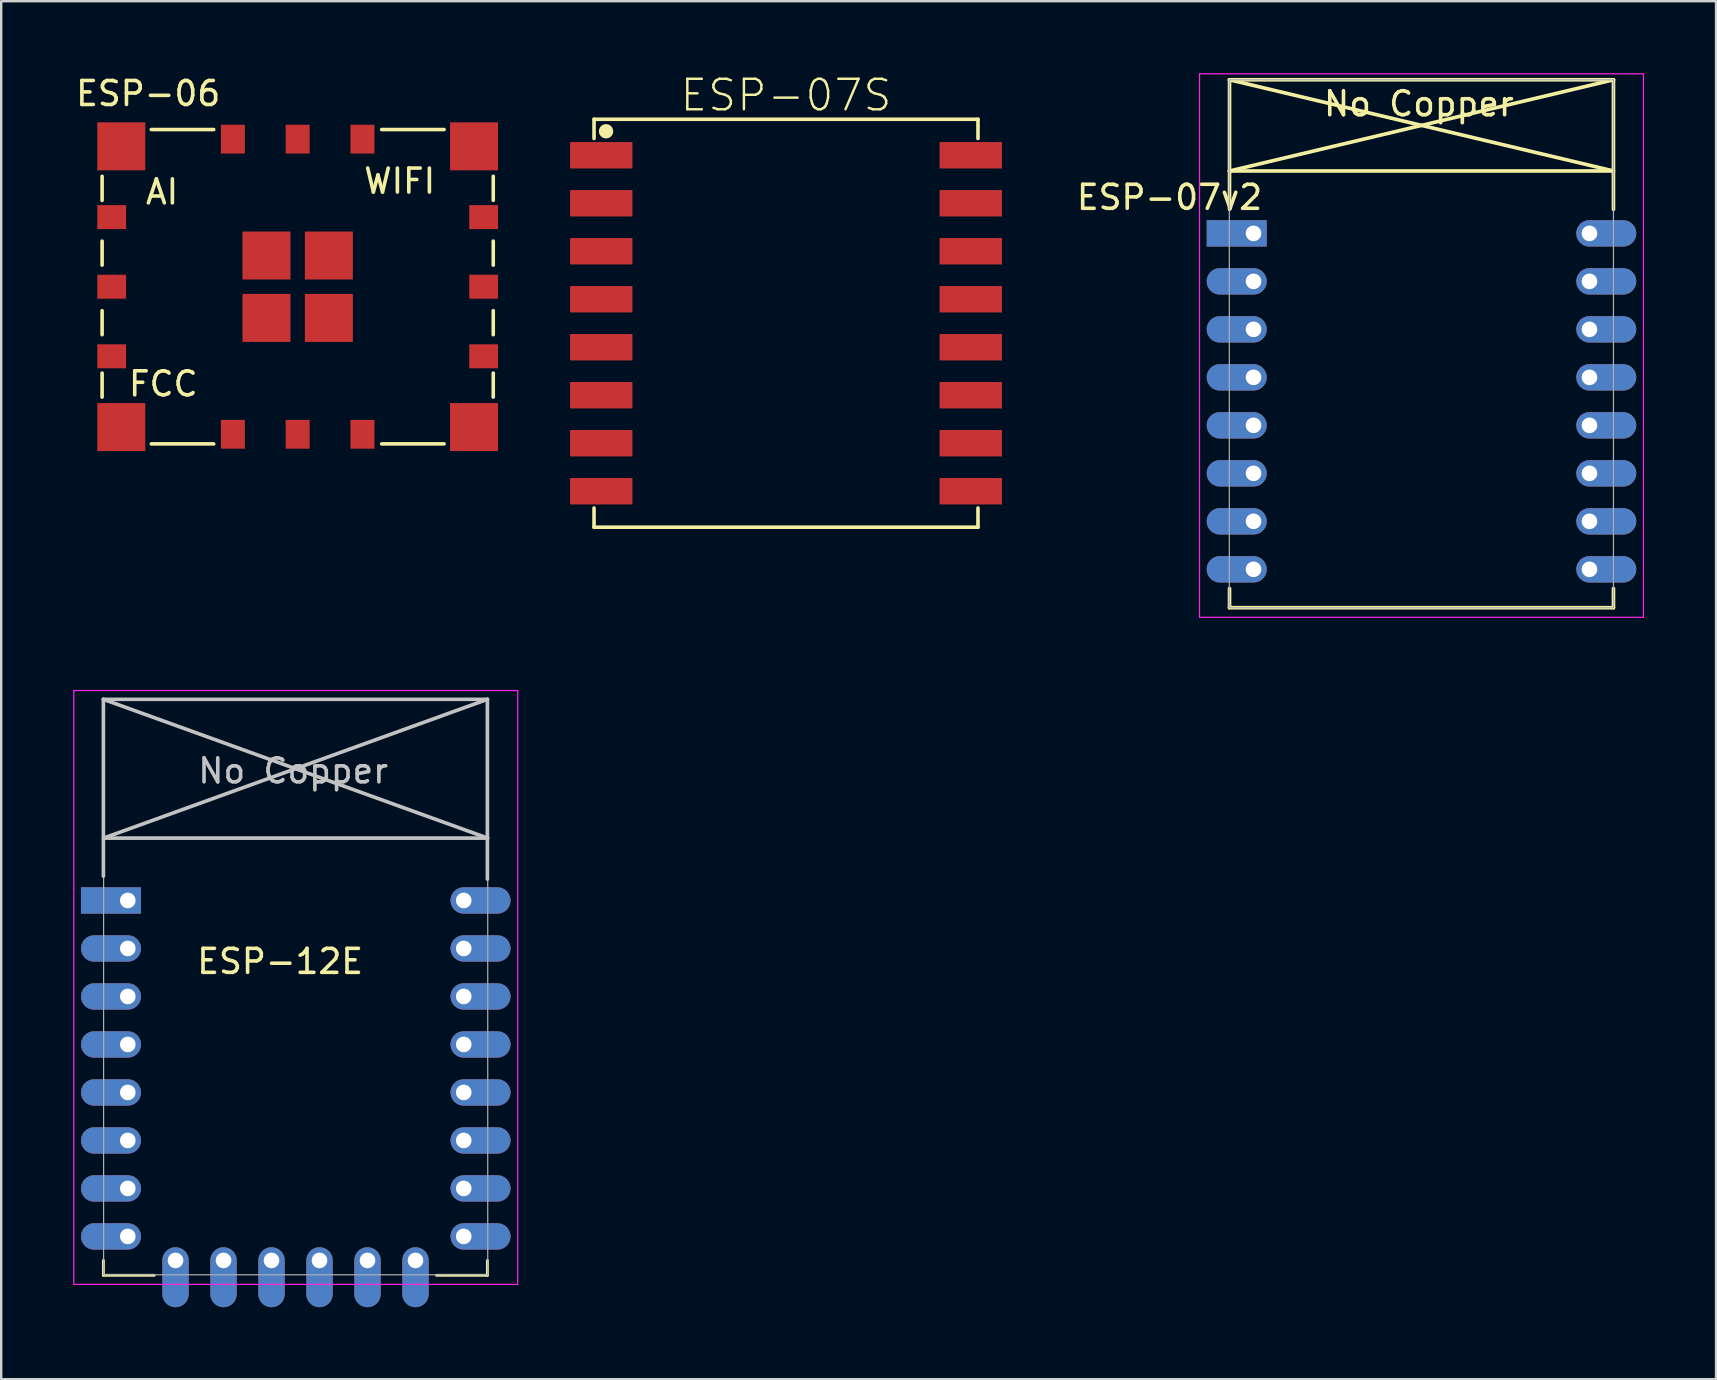
<source format=kicad_pcb>
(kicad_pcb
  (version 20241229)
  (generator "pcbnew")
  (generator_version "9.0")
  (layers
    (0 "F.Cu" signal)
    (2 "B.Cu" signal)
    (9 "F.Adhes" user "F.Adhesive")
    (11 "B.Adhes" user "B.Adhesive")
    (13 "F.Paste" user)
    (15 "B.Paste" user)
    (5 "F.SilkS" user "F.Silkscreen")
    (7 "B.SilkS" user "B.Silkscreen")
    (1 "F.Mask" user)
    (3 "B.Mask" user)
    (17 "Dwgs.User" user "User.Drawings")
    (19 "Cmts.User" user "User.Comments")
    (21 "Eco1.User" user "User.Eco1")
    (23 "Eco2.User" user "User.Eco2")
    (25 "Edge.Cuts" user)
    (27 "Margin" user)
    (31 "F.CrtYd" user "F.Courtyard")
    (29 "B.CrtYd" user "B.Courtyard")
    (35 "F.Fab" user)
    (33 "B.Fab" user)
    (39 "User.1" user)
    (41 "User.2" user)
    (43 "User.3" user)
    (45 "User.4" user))
  (footprint "ESP-07v2"
    (layer "F.Cu")
    (at 49.187 6.675)
    (property "Reference" "ESP-07v2" (at -3.5 -1.5 0) (layer "F.SilkS") (effects (font (size 1 1) (thickness 0.15))))
    (attr through_hole)
    (fp_line (start -1.008 -2.6) (end 14.992 -2.6) (stroke (width 0.152) (type solid)) (layer "F.SilkS"))
    (fp_line (start -1 -6.4) (end -1 -1) (stroke (width 0.152) (type solid)) (layer "F.SilkS"))
    (fp_line (start -1 -6.4) (end 15 -6.4) (stroke (width 0.152) (type solid)) (layer "F.SilkS"))
    (fp_line (start -1 -6.4) (end 15 -2.6) (stroke (width 0.152) (type solid)) (layer "F.SilkS"))
    (fp_line (start -1 14.8) (end -1 15.6) (stroke (width 0.152) (type solid)) (layer "F.SilkS"))
    (fp_line (start -1 15.6) (end 15 15.6) (stroke (width 0.152) (type solid)) (layer "F.SilkS"))
    (fp_line (start 15 -6.4) (end -1 -2.6) (stroke (width 0.152) (type solid)) (layer "F.SilkS"))
    (fp_line (start 15 -6.4) (end 15 -1) (stroke (width 0.152) (type solid)) (layer "F.SilkS"))
    (fp_line (start 15 15.6) (end 15 14.8) (stroke (width 0.152) (type solid)) (layer "F.SilkS"))
    (fp_line (start -2.25 -6.65) (end 16.25 -6.65) (stroke (width 0.05) (type solid)) (layer "F.CrtYd"))
    (fp_line (start -2.25 -0.5) (end -2.25 -6.65) (stroke (width 0.05) (type solid)) (layer "F.CrtYd"))
    (fp_line (start -2.25 16) (end -2.25 -0.5) (stroke (width 0.05) (type solid)) (layer "F.CrtYd"))
    (fp_line (start 16.25 -6.65) (end 16.25 16) (stroke (width 0.05) (type solid)) (layer "F.CrtYd"))
    (fp_line (start 16.25 16) (end -2.25 16) (stroke (width 0.05) (type solid)) (layer "F.CrtYd"))
    (fp_line (start -1.008 15.6) (end -1.008 -6.4) (stroke (width 0.05) (type solid)) (layer "F.Fab"))
    (fp_line (start -1 -6.4) (end 15 -6.4) (stroke (width 0.05) (type solid)) (layer "F.Fab"))
    (fp_line (start 15 -6.4) (end 15 15.6) (stroke (width 0.05) (type solid)) (layer "F.Fab"))
    (fp_line (start 15 15.6) (end -1 15.6) (stroke (width 0.05) (type solid)) (layer "F.Fab"))
    (fp_text user "No Copper" (at 6.892 -5.4 0) (layer "F.SilkS") (effects (font (size 1 1) (thickness 0.15))))
    (pad "1" thru_hole rect (at 0 0) (size 2.5 1.1) (drill 0.65 (offset -0.7 0)) (layers "*.Cu" "*.Mask" "F.Paste"))
    (pad "2" thru_hole oval (at 0 2) (size 2.5 1.1) (drill 0.65 (offset -0.7 0)) (layers "*.Cu" "*.Mask" "F.Paste"))
    (pad "3" thru_hole oval (at 0 4) (size 2.5 1.1) (drill 0.65 (offset -0.7 0)) (layers "*.Cu" "*.Mask" "F.Paste"))
    (pad "4" thru_hole oval (at 0 6) (size 2.5 1.1) (drill 0.65 (offset -0.7 0)) (layers "*.Cu" "*.Mask" "F.Paste"))
    (pad "5" thru_hole oval (at 0 8) (size 2.5 1.1) (drill 0.65 (offset -0.7 0)) (layers "*.Cu" "*.Mask" "F.Paste"))
    (pad "6" thru_hole oval (at 0 10) (size 2.5 1.1) (drill 0.65 (offset -0.7 0)) (layers "*.Cu" "*.Mask" "F.Paste"))
    (pad "7" thru_hole oval (at 0 12) (size 2.5 1.1) (drill 0.65 (offset -0.7 0)) (layers "*.Cu" "*.Mask" "F.Paste"))
    (pad "8" thru_hole oval (at 0 14) (size 2.5 1.1) (drill 0.65 (offset -0.7 0)) (layers "*.Cu" "*.Mask" "F.Paste"))
    (pad "9" thru_hole oval (at 14 14) (size 2.5 1.1) (drill 0.65 (offset 0.7 0)) (layers "*.Cu" "*.Mask" "F.Paste"))
    (pad "10" thru_hole oval (at 14 12) (size 2.5 1.1) (drill 0.65 (offset 0.7 0)) (layers "*.Cu" "*.Mask" "F.Paste"))
    (pad "11" thru_hole oval (at 14 10) (size 2.5 1.1) (drill 0.65 (offset 0.7 0)) (layers "*.Cu" "*.Mask" "F.Paste"))
    (pad "12" thru_hole oval (at 14 8) (size 2.5 1.1) (drill 0.65 (offset 0.7 0)) (layers "*.Cu" "*.Mask" "F.Paste"))
    (pad "13" thru_hole oval (at 14 6) (size 2.5 1.1) (drill 0.65 (offset 0.7 0)) (layers "*.Cu" "*.Mask" "F.Paste"))
    (pad "14" thru_hole oval (at 14 4) (size 2.5 1.1) (drill 0.65 (offset 0.7 0)) (layers "*.Cu" "*.Mask" "F.Paste"))
    (pad "15" thru_hole oval (at 14 2) (size 2.5 1.1) (drill 0.65 (offset 0.7 0)) (layers "*.Cu" "*.Mask" "F.Paste"))
    (pad "16" thru_hole oval (at 14 0) (size 2.5 1.1) (drill 0.65 (offset 0.7 0)) (layers "*.Cu" "*.Mask" "F.Paste")))
  (footprint "ESP-12E"
    (layer "F.Cu")
    (at 2.275 34.475)
    (property "Reference" "ESP-12E" (at 6.35 2.54 0) (layer "F.SilkS") (effects (font (size 1 1) (thickness 0.15))))
    (attr through_hole)
    (fp_line (start -1.016 15.001) (end -1.016 15.621) (stroke (width 0.12) (type solid)) (layer "F.SilkS"))
    (fp_line (start -1.016 15.621) (end 1.104 15.621) (stroke (width 0.12) (type solid)) (layer "F.SilkS"))
    (fp_line (start 14.986 15.001) (end 14.986 15.621) (stroke (width 0.12) (type solid)) (layer "F.SilkS"))
    (fp_line (start 14.986 15.621) (end 12.866 15.621) (stroke (width 0.12) (type solid)) (layer "F.SilkS"))
    (fp_line (start -1.016 -8.382) (end -1.016 -1.016) (stroke (width 0.152) (type solid)) (layer "Dwgs.User"))
    (fp_line (start -1.016 -8.382) (end 14.986 -8.382) (stroke (width 0.152) (type solid)) (layer "Dwgs.User"))
    (fp_line (start -1.016 -8.382) (end 14.992 -2.6) (stroke (width 0.152) (type solid)) (layer "Dwgs.User"))
    (fp_line (start -1.008 -2.6) (end 14.992 -2.6) (stroke (width 0.152) (type solid)) (layer "Dwgs.User"))
    (fp_line (start 14.986 -8.382) (end -1.008 -2.6) (stroke (width 0.152) (type solid)) (layer "Dwgs.User"))
    (fp_line (start 14.986 -8.382) (end 14.986 -0.889) (stroke (width 0.152) (type solid)) (layer "Dwgs.User"))
    (fp_line (start -2.25 -8.75) (end 15.25 -8.75) (stroke (width 0.05) (type solid)) (layer "F.CrtYd"))
    (fp_line (start -2.25 -0.5) (end -2.25 -8.75) (stroke (width 0.05) (type solid)) (layer "F.CrtYd"))
    (fp_line (start -2.25 16) (end -2.25 -0.5) (stroke (width 0.05) (type solid)) (layer "F.CrtYd"))
    (fp_line (start 15.25 -8.75) (end 16.25 -8.75) (stroke (width 0.05) (type solid)) (layer "F.CrtYd"))
    (fp_line (start 16.25 -8.75) (end 16.25 16) (stroke (width 0.05) (type solid)) (layer "F.CrtYd"))
    (fp_line (start 16.25 16) (end -2.25 16) (stroke (width 0.05) (type solid)) (layer "F.CrtYd"))
    (fp_line (start -1.008 -8.4) (end 14.992 -8.4) (stroke (width 0.05) (type solid)) (layer "F.Fab"))
    (fp_line (start -1.008 15.6) (end -1.008 -8.4) (stroke (width 0.05) (type solid)) (layer "F.Fab"))
    (fp_line (start 14.992 15.6) (end -1.008 15.6) (stroke (width 0.05) (type solid)) (layer "F.Fab"))
    (fp_line (start 15 -8.4) (end 15 15.6) (stroke (width 0.05) (type solid)) (layer "F.Fab"))
    (fp_text user "No Copper" (at 6.892 -5.4 0) (layer "Dwgs.User") (effects (font (size 1 1) (thickness 0.15))))
    (pad "1" thru_hole rect (at 0 0) (size 2.5 1.1) (drill 0.65 (offset -0.7 0)) (layers "*.Cu" "*.Mask" "F.Paste"))
    (pad "2" thru_hole oval (at 0 2) (size 2.5 1.1) (drill 0.65 (offset -0.7 0)) (layers "*.Cu" "*.Mask" "F.Paste"))
    (pad "3" thru_hole oval (at 0 4) (size 2.5 1.1) (drill 0.65 (offset -0.7 0)) (layers "*.Cu" "*.Mask" "F.Paste"))
    (pad "4" thru_hole oval (at 0 6) (size 2.5 1.1) (drill 0.65 (offset -0.7 0)) (layers "*.Cu" "*.Mask" "F.Paste"))
    (pad "5" thru_hole oval (at 0 8) (size 2.5 1.1) (drill 0.65 (offset -0.7 0)) (layers "*.Cu" "*.Mask" "F.Paste"))
    (pad "6" thru_hole oval (at 0 10) (size 2.5 1.1) (drill 0.65 (offset -0.7 0)) (layers "*.Cu" "*.Mask" "F.Paste"))
    (pad "7" thru_hole oval (at 0 12) (size 2.5 1.1) (drill 0.65 (offset -0.7 0)) (layers "*.Cu" "*.Mask" "F.Paste"))
    (pad "8" thru_hole oval (at 0 14) (size 2.5 1.1) (drill 0.65 (offset -0.7 0)) (layers "*.Cu" "*.Mask" "F.Paste"))
    (pad "9" thru_hole oval (at 14 14) (size 2.5 1.1) (drill 0.65 (offset 0.7 0)) (layers "*.Cu" "*.Mask" "F.Paste"))
    (pad "10" thru_hole oval (at 14 12) (size 2.5 1.1) (drill 0.65 (offset 0.7 0)) (layers "*.Cu" "*.Mask" "F.Paste"))
    (pad "11" thru_hole oval (at 14 10) (size 2.5 1.1) (drill 0.65 (offset 0.7 0)) (layers "*.Cu" "*.Mask" "F.Paste"))
    (pad "12" thru_hole oval (at 14 8) (size 2.5 1.1) (drill 0.65 (offset 0.7 0)) (layers "*.Cu" "*.Mask" "F.Paste"))
    (pad "13" thru_hole oval (at 14 6) (size 2.5 1.1) (drill 0.65 (offset 0.7 0)) (layers "*.Cu" "*.Mask" "F.Paste"))
    (pad "14" thru_hole oval (at 14 4) (size 2.5 1.1) (drill 0.65 (offset 0.7 0)) (layers "*.Cu" "*.Mask" "F.Paste"))
    (pad "15" thru_hole oval (at 14 2) (size 2.5 1.1) (drill 0.65 (offset 0.7 0)) (layers "*.Cu" "*.Mask" "F.Paste"))
    (pad "16" thru_hole oval (at 14 0) (size 2.5 1.1) (drill 0.65 (offset 0.7 0)) (layers "*.Cu" "*.Mask" "F.Paste"))
    (pad "17" thru_hole oval (at 1.99 15 90) (size 2.5 1.1) (drill 0.65 (offset -0.7 0)) (layers "*.Cu" "*.Mask" "F.Paste"))
    (pad "18" thru_hole oval (at 3.99 15 90) (size 2.5 1.1) (drill 0.65 (offset -0.7 0)) (layers "*.Cu" "*.Mask" "F.Paste"))
    (pad "19" thru_hole oval (at 5.99 15 90) (size 2.5 1.1) (drill 0.65 (offset -0.7 0)) (layers "*.Cu" "*.Mask" "F.Paste"))
    (pad "20" thru_hole oval (at 7.99 15 90) (size 2.5 1.1) (drill 0.65 (offset -0.7 0)) (layers "*.Cu" "*.Mask" "F.Paste"))
    (pad "21" thru_hole oval (at 9.99 15 90) (size 2.5 1.1) (drill 0.65 (offset -0.7 0)) (layers "*.Cu" "*.Mask" "F.Paste"))
    (pad "22" thru_hole oval (at 11.99 15 90) (size 2.5 1.1) (drill 0.65 (offset -0.7 0)) (layers "*.Cu" "*.Mask" "F.Paste")))
  (footprint "ESP-07S"
    (layer "F.Cu")
    (at 29.705 10.421)
    (property "Reference" "ESP-07S" (at 0 -9.5 0) (layer "F.SilkS") (effects (font (size 1.27 1.27) (thickness 0.102))))
    (attr smd)
    (fp_line (start -8 -8.5) (end 8 -8.5) (stroke (width 0.15) (type solid)) (layer "F.SilkS"))
    (fp_line (start -8 -7.7) (end -8 -8.5) (stroke (width 0.15) (type solid)) (layer "F.SilkS"))
    (fp_line (start -8 8.5) (end -8 7.7) (stroke (width 0.15) (type default)) (layer "F.SilkS"))
    (fp_line (start 8 -8.5) (end 8 -7.7) (stroke (width 0.15) (type solid)) (layer "F.SilkS"))
    (fp_line (start 8 8.5) (end -8 8.5) (stroke (width 0.15) (type solid)) (layer "F.SilkS"))
    (fp_line (start 8 8.5) (end 8 7.7) (stroke (width 0.15) (type default)) (layer "F.SilkS"))
    (fp_circle (center -7.6 -8) (end -7.5 -8) (stroke (width 0.15) (type solid)) (fill no) (layer "F.SilkS"))
    (fp_circle (center -7.5 -8) (end -7.4 -8) (stroke (width 0.15) (type solid)) (fill no) (layer "F.SilkS"))
    (fp_circle (center -7.5 -8) (end -7.3 -8.1) (stroke (width 0.15) (type solid)) (fill no) (layer "F.SilkS"))
    (pad "1" smd rect (at -7.7 -7) (size 2.6 1.1) (layers "F.Cu" "F.Mask" "F.Paste"))
    (pad "2" smd rect (at -7.7 -5) (size 2.6 1.1) (layers "F.Cu" "F.Mask" "F.Paste"))
    (pad "3" smd rect (at -7.7 -3) (size 2.6 1.1) (layers "F.Cu" "F.Mask" "F.Paste"))
    (pad "4" smd rect (at -7.7 -1) (size 2.6 1.1) (layers "F.Cu" "F.Mask" "F.Paste"))
    (pad "5" smd rect (at -7.7 1) (size 2.6 1.1) (layers "F.Cu" "F.Mask" "F.Paste"))
    (pad "6" smd rect (at -7.7 3) (size 2.6 1.1) (layers "F.Cu" "F.Mask" "F.Paste"))
    (pad "7" smd rect (at -7.7 5) (size 2.6 1.1) (layers "F.Cu" "F.Mask" "F.Paste"))
    (pad "8" smd rect (at -7.7 7) (size 2.6 1.1) (layers "F.Cu" "F.Mask" "F.Paste"))
    (pad "9" smd rect (at 7.7 7) (size 2.6 1.1) (layers "F.Cu" "F.Mask" "F.Paste"))
    (pad "10" smd rect (at 7.7 5) (size 2.6 1.1) (layers "F.Cu" "F.Mask" "F.Paste"))
    (pad "11" smd rect (at 7.7 3) (size 2.6 1.1) (layers "F.Cu" "F.Mask" "F.Paste"))
    (pad "12" smd rect (at 7.7 1) (size 2.6 1.1) (layers "F.Cu" "F.Mask" "F.Paste"))
    (pad "13" smd rect (at 7.7 -1) (size 2.6 1.1) (layers "F.Cu" "F.Mask" "F.Paste"))
    (pad "14" smd rect (at 7.7 -3) (size 2.6 1.1) (layers "F.Cu" "F.Mask" "F.Paste"))
    (pad "15" smd rect (at 7.7 -5) (size 2.6 1.1) (layers "F.Cu" "F.Mask" "F.Paste"))
    (pad "16" smd rect (at 7.7 -7) (size 2.6 1.1) (layers "F.Cu" "F.Mask" "F.Paste")))
  (footprint "ESP-06"
    (layer "F.Cu")
    (at 9.355 8.898)
    (property "Reference" "ESP-06" (at -6.23 -8.05 0) (layer "F.SilkS") (effects (font (size 1 1) (thickness 0.15))))
    (attr through_hole)
    (fp_line (start -8.15 -3.6) (end -8.15 -4.6) (stroke (width 0.15) (type solid)) (layer "F.SilkS"))
    (fp_line (start -8.15 -0.9) (end -8.15 -1.9) (stroke (width 0.15) (type solid)) (layer "F.SilkS"))
    (fp_line (start -8.15 2) (end -8.15 1) (stroke (width 0.15) (type solid)) (layer "F.SilkS"))
    (fp_line (start -8.15 3.6) (end -8.15 4.6) (stroke (width 0.15) (type solid)) (layer "F.SilkS"))
    (fp_line (start -6.1 6.55) (end -3.5 6.55) (stroke (width 0.15) (type solid)) (layer "F.SilkS"))
    (fp_line (start -3.5 -6.55) (end -6.1 -6.55) (stroke (width 0.15) (type solid)) (layer "F.SilkS"))
    (fp_line (start 3.5 -6.55) (end 6.1 -6.55) (stroke (width 0.15) (type solid)) (layer "F.SilkS"))
    (fp_line (start 3.5 6.55) (end 6.1 6.55) (stroke (width 0.15) (type solid)) (layer "F.SilkS"))
    (fp_line (start 8.15 -3.6) (end 8.15 -4.6) (stroke (width 0.15) (type solid)) (layer "F.SilkS"))
    (fp_line (start 8.15 -0.9) (end 8.15 -1.9) (stroke (width 0.15) (type solid)) (layer "F.SilkS"))
    (fp_line (start 8.15 2) (end 8.15 1) (stroke (width 0.15) (type solid)) (layer "F.SilkS"))
    (fp_line (start 8.15 4.6) (end 8.15 3.6) (stroke (width 0.15) (type solid)) (layer "F.SilkS"))
    (fp_text user "AI" (at -5.65 -3.95 0) (layer "F.SilkS") (effects (font (size 1 1) (thickness 0.15))))
    (fp_text user "FCC" (at -5.6 4.05 0) (layer "F.SilkS") (effects (font (size 1 1) (thickness 0.15))))
    (fp_text user "WIFI" (at 4.25 -4.4 0) (layer "F.SilkS") (effects (font (size 1 1) (thickness 0.15))))
    (pad "1" smd rect (at -7.35 -5.85) (size 2 2) (layers "F.Cu" "F.Mask" "F.Paste"))
    (pad "2" smd rect (at -7.75 -2.9) (size 1.2 1) (layers "F.Cu" "F.Mask" "F.Paste"))
    (pad "3" smd rect (at -7.75 0) (size 1.2 1) (layers "F.Cu" "F.Mask" "F.Paste"))
    (pad "4" smd rect (at -7.75 2.9) (size 1.2 1) (layers "F.Cu" "F.Mask" "F.Paste"))
    (pad "5" smd rect (at -7.35 5.85) (size 2 2) (layers "F.Cu" "F.Mask" "F.Paste"))
    (pad "6" smd rect (at -2.7 6.15) (size 1 1.2) (layers "F.Cu" "F.Mask" "F.Paste"))
    (pad "7" smd rect (at 0 6.15) (size 1 1.2) (layers "F.Cu" "F.Mask" "F.Paste"))
    (pad "8" smd rect (at 2.7 6.15) (size 1 1.2) (layers "F.Cu" "F.Mask" "F.Paste"))
    (pad "9" smd rect (at 7.35 5.85) (size 2 2) (layers "F.Cu" "F.Mask" "F.Paste"))
    (pad "10" smd rect (at 7.75 2.9) (size 1.2 1) (layers "F.Cu" "F.Mask" "F.Paste"))
    (pad "11" smd rect (at 7.75 0) (size 1.2 1) (layers "F.Cu" "F.Mask" "F.Paste"))
    (pad "12" smd rect (at 7.75 -2.9) (size 1.2 1) (layers "F.Cu" "F.Mask" "F.Paste"))
    (pad "13" smd rect (at 7.35 -5.85) (size 2 2) (layers "F.Cu" "F.Mask" "F.Paste"))
    (pad "14" smd rect (at 2.7 -6.15) (size 1 1.2) (layers "F.Cu" "F.Mask" "F.Paste"))
    (pad "15" smd rect (at 0 -6.15) (size 1 1.2) (layers "F.Cu" "F.Mask" "F.Paste"))
    (pad "16" smd rect (at -2.7 -6.15) (size 1 1.2) (layers "F.Cu" "F.Mask" "F.Paste"))
    (pad "17" smd rect (at -1.3 -1.3) (size 2 2) (layers "F.Cu" "F.Mask" "F.Paste"))
    (pad "18" smd rect (at -1.3 1.3) (size 2 2) (layers "F.Cu" "F.Mask" "F.Paste"))
    (pad "19" smd rect (at 1.3 1.3) (size 2 2) (layers "F.Cu" "F.Mask" "F.Paste"))
    (pad "20" smd rect (at 1.3 -1.3) (size 2 2) (layers "F.Cu" "F.Mask" "F.Paste")))
  (gr_rect
    (start -3 -3)
    (end 68.462 54.425)
    (stroke (width 0.1) (type default))
    (fill no)
    (layer "Edge.Cuts")))
</source>
